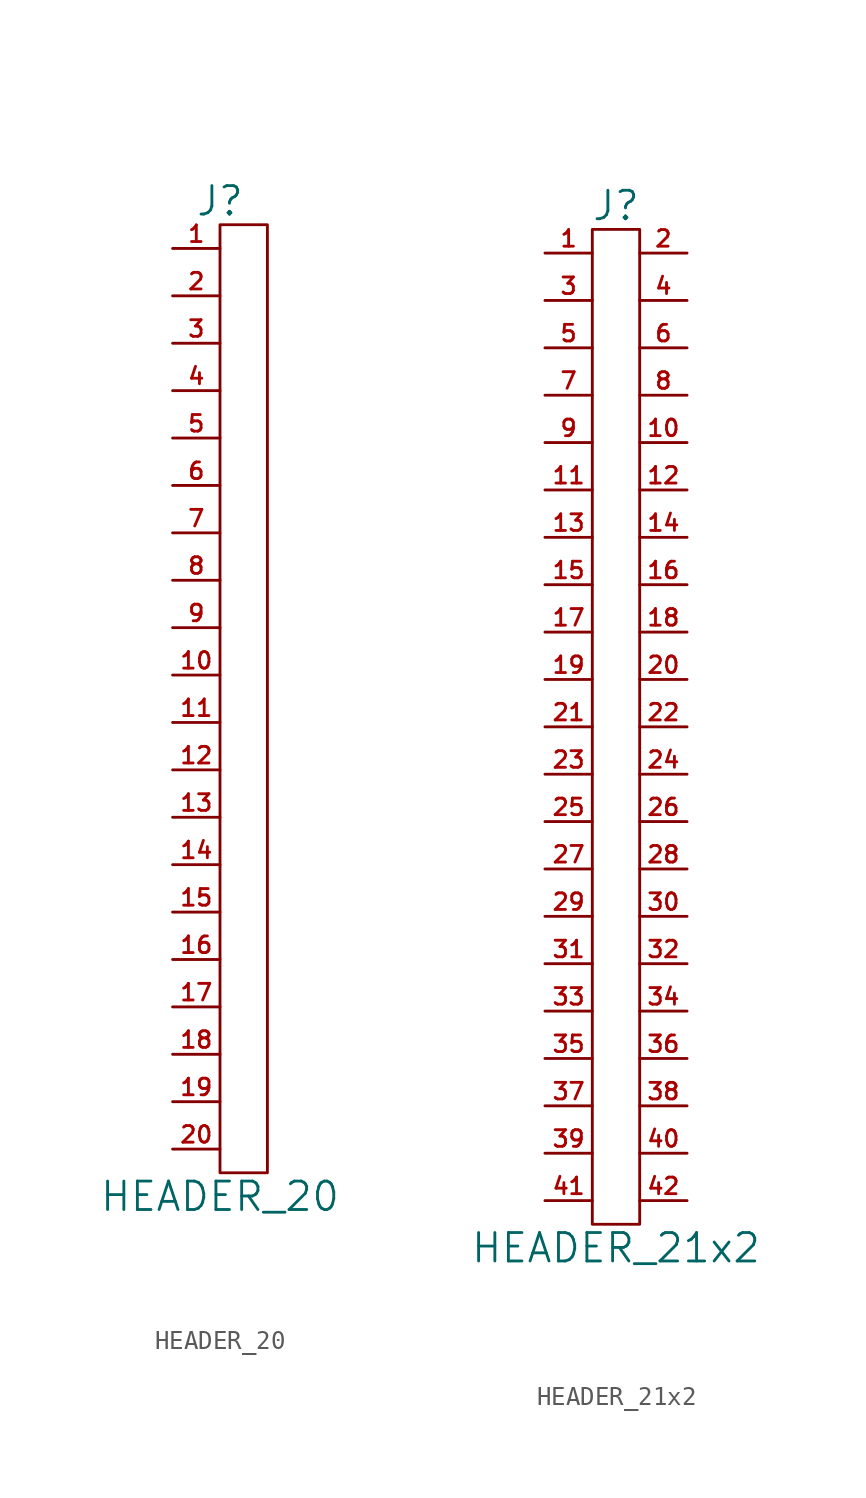
<source format=kicad_sym>
(kicad_symbol_lib
  (version 20211014)
  (generator kicad_symbol_editor)
  (symbol "HEADER_20"
    (pin_names
      (offset 0))
    (property "Reference" "J"
      (at 0 26.67 0)
      (effects (font (size 1.524 1.524))))
    (property "Value" "HEADER_20"
      (at 0 -26.67 0)
      (effects (font (size 1.524 1.524))))
    (property "Footprint" ""
      (at 0 0 0)
      (effects (font (size 1.524 1.524))))
    (property "Datasheet" ""
      (at 0 0 0)
      (effects (font (size 1.524 1.524))))
    (symbol "HEADER_20_0_1"
      (rectangle (start 2.54 25.4) (end 0 -25.4) (stroke (width 0) (type default) (color 0 0 0 0)) (fill (type none))))
    (symbol "HEADER_20_1_1"
      (pin passive line (at -2.54 24.13 0) (length 2.54) (name "~" (effects (font (size 1.27 1.27)))) (number "1" (effects (font (size 0.889 0.889)))))
      (pin passive line (at -2.54 1.27 0) (length 2.54) (name "~" (effects (font (size 1.27 1.27)))) (number "10" (effects (font (size 0.889 0.889)))))
      (pin passive line (at -2.54 -1.27 0) (length 2.54) (name "~" (effects (font (size 0.889 0.889)))) (number "11" (effects (font (size 0.889 0.889)))))
      (pin passive line (at -2.54 -3.81 0) (length 2.54) (name "~" (effects (font (size 1.27 1.27)))) (number "12" (effects (font (size 0.889 0.889)))))
      (pin passive line (at -2.54 -6.35 0) (length 2.54) (name "~" (effects (font (size 1.27 1.27)))) (number "13" (effects (font (size 0.889 0.889)))))
      (pin passive line (at -2.54 -8.89 0) (length 2.54) (name "~" (effects (font (size 1.27 1.27)))) (number "14" (effects (font (size 0.889 0.889)))))
      (pin passive line (at -2.54 -11.43 0) (length 2.54) (name "~" (effects (font (size 1.27 1.27)))) (number "15" (effects (font (size 0.889 0.889)))))
      (pin passive line (at -2.54 -13.97 0) (length 2.54) (name "~" (effects (font (size 1.27 1.27)))) (number "16" (effects (font (size 0.889 0.889)))))
      (pin passive line (at -2.54 -16.51 0) (length 2.54) (name "~" (effects (font (size 1.27 1.27)))) (number "17" (effects (font (size 0.889 0.889)))))
      (pin passive line (at -2.54 -19.05 0) (length 2.54) (name "~" (effects (font (size 1.27 1.27)))) (number "18" (effects (font (size 0.889 0.889)))))
      (pin passive line (at -2.54 -21.59 0) (length 2.54) (name "~" (effects (font (size 1.27 1.27)))) (number "19" (effects (font (size 0.889 0.889)))))
      (pin passive line (at -2.54 21.59 0) (length 2.54) (name "~" (effects (font (size 1.27 1.27)))) (number "2" (effects (font (size 0.889 0.889)))))
      (pin passive line (at -2.54 -24.13 0) (length 2.54) (name "~" (effects (font (size 1.27 1.27)))) (number "20" (effects (font (size 0.889 0.889)))))
      (pin passive line (at -2.54 19.05 0) (length 2.54) (name "~" (effects (font (size 1.27 1.27)))) (number "3" (effects (font (size 0.889 0.889)))))
      (pin passive line (at -2.54 16.51 0) (length 2.54) (name "~" (effects (font (size 1.27 1.27)))) (number "4" (effects (font (size 0.889 0.889)))))
      (pin passive line (at -2.54 13.97 0) (length 2.54) (name "~" (effects (font (size 1.27 1.27)))) (number "5" (effects (font (size 0.889 0.889)))))
      (pin passive line (at -2.54 11.43 0) (length 2.54) (name "~" (effects (font (size 1.27 1.27)))) (number "6" (effects (font (size 0.889 0.889)))))
      (pin passive line (at -2.54 8.89 0) (length 2.54) (name "~" (effects (font (size 1.27 1.27)))) (number "7" (effects (font (size 0.889 0.889)))))
      (pin passive line (at -2.54 6.35 0) (length 2.54) (name "~" (effects (font (size 1.27 1.27)))) (number "8" (effects (font (size 0.889 0.889)))))
      (pin passive line (at -2.54 3.81 0) (length 2.54) (name "~" (effects (font (size 1.27 1.27)))) (number "9" (effects (font (size 0.889 0.889)))))))
  (symbol "HEADER_21x2"
    (pin_names
      (offset 0))
    (property "Reference" "J"
      (at 0 27.94 0)
      (effects (font (size 1.524 1.524))))
    (property "Value" "HEADER_21x2"
      (at 0 -27.94 0)
      (effects (font (size 1.524 1.524))))
    (property "Footprint" ""
      (at 0 -5.08 0)
      (effects (font (size 1.524 1.524))))
    (property "Datasheet" ""
      (at 0 -5.08 0)
      (effects (font (size 1.524 1.524))))
    (symbol "HEADER_21x2_0_1"
      (rectangle (start 1.27 -26.67) (end -1.27 26.67) (stroke (width 0) (type default) (color 0 0 0 0)) (fill (type none))))
    (symbol "HEADER_21x2_1_1"
      (pin passive line (at -3.81 25.4 0) (length 2.54) (name "~" (effects (font (size 0.889 0.889)))) (number "1" (effects (font (size 0.889 0.889)))))
      (pin passive line (at 3.81 15.24 180) (length 2.54) (name "~" (effects (font (size 1.27 1.27)))) (number "10" (effects (font (size 0.889 0.889)))))
      (pin passive line (at -3.81 12.7 0) (length 2.54) (name "~" (effects (font (size 1.27 1.27)))) (number "11" (effects (font (size 0.889 0.889)))))
      (pin passive line (at 3.81 12.7 180) (length 2.54) (name "~" (effects (font (size 1.27 1.27)))) (number "12" (effects (font (size 0.889 0.889)))))
      (pin passive line (at -3.81 10.16 0) (length 2.54) (name "~" (effects (font (size 1.27 1.27)))) (number "13" (effects (font (size 0.889 0.889)))))
      (pin passive line (at 3.81 10.16 180) (length 2.54) (name "~" (effects (font (size 1.27 1.27)))) (number "14" (effects (font (size 0.889 0.889)))))
      (pin passive line (at -3.81 7.62 0) (length 2.54) (name "~" (effects (font (size 1.27 1.27)))) (number "15" (effects (font (size 0.889 0.889)))))
      (pin passive line (at 3.81 7.62 180) (length 2.54) (name "~" (effects (font (size 1.27 1.27)))) (number "16" (effects (font (size 0.889 0.889)))))
      (pin passive line (at -3.81 5.08 0) (length 2.54) (name "~" (effects (font (size 1.27 1.27)))) (number "17" (effects (font (size 0.889 0.889)))))
      (pin passive line (at 3.81 5.08 180) (length 2.54) (name "~" (effects (font (size 1.27 1.27)))) (number "18" (effects (font (size 0.889 0.889)))))
      (pin passive line (at -3.81 2.54 0) (length 2.54) (name "~" (effects (font (size 1.27 1.27)))) (number "19" (effects (font (size 0.889 0.889)))))
      (pin passive line (at 3.81 25.4 180) (length 2.54) (name "~" (effects (font (size 1.27 1.27)))) (number "2" (effects (font (size 0.889 0.889)))))
      (pin passive line (at 3.81 2.54 180) (length 2.54) (name "~" (effects (font (size 1.27 1.27)))) (number "20" (effects (font (size 0.889 0.889)))))
      (pin passive line (at -3.81 0 0) (length 2.54) (name "~" (effects (font (size 1.27 1.27)))) (number "21" (effects (font (size 0.889 0.889)))))
      (pin passive line (at 3.81 0 180) (length 2.54) (name "~" (effects (font (size 1.27 1.27)))) (number "22" (effects (font (size 0.889 0.889)))))
      (pin passive line (at -3.81 -2.54 0) (length 2.54) (name "~" (effects (font (size 1.27 1.27)))) (number "23" (effects (font (size 0.889 0.889)))))
      (pin passive line (at 3.81 -2.54 180) (length 2.54) (name "~" (effects (font (size 1.27 1.27)))) (number "24" (effects (font (size 0.889 0.889)))))
      (pin passive line (at -3.81 -5.08 0) (length 2.54) (name "~" (effects (font (size 1.27 1.27)))) (number "25" (effects (font (size 0.889 0.889)))))
      (pin passive line (at 3.81 -5.08 180) (length 2.54) (name "~" (effects (font (size 1.27 1.27)))) (number "26" (effects (font (size 0.889 0.889)))))
      (pin passive line (at -3.81 -7.62 0) (length 2.54) (name "~" (effects (font (size 1.27 1.27)))) (number "27" (effects (font (size 0.889 0.889)))))
      (pin passive line (at 3.81 -7.62 180) (length 2.54) (name "~" (effects (font (size 1.27 1.27)))) (number "28" (effects (font (size 0.889 0.889)))))
      (pin passive line (at -3.81 -10.16 0) (length 2.54) (name "~" (effects (font (size 1.27 1.27)))) (number "29" (effects (font (size 0.889 0.889)))))
      (pin passive line (at -3.81 22.86 0) (length 2.54) (name "~" (effects (font (size 1.27 1.27)))) (number "3" (effects (font (size 0.889 0.889)))))
      (pin passive line (at 3.81 -10.16 180) (length 2.54) (name "~" (effects (font (size 1.27 1.27)))) (number "30" (effects (font (size 0.889 0.889)))))
      (pin passive line (at -3.81 -12.7 0) (length 2.54) (name "~" (effects (font (size 1.27 1.27)))) (number "31" (effects (font (size 0.889 0.889)))))
      (pin passive line (at 3.81 -12.7 180) (length 2.54) (name "~" (effects (font (size 1.27 1.27)))) (number "32" (effects (font (size 0.889 0.889)))))
      (pin passive line (at -3.81 -15.24 0) (length 2.54) (name "~" (effects (font (size 1.27 1.27)))) (number "33" (effects (font (size 0.889 0.889)))))
      (pin passive line (at 3.81 -15.24 180) (length 2.54) (name "~" (effects (font (size 1.27 1.27)))) (number "34" (effects (font (size 0.889 0.889)))))
      (pin passive line (at -3.81 -17.78 0) (length 2.54) (name "~" (effects (font (size 1.27 1.27)))) (number "35" (effects (font (size 0.889 0.889)))))
      (pin passive line (at 3.81 -17.78 180) (length 2.54) (name "~" (effects (font (size 1.27 1.27)))) (number "36" (effects (font (size 0.889 0.889)))))
      (pin passive line (at -3.81 -20.32 0) (length 2.54) (name "~" (effects (font (size 1.27 1.27)))) (number "37" (effects (font (size 0.889 0.889)))))
      (pin passive line (at 3.81 -20.32 180) (length 2.54) (name "~" (effects (font (size 1.27 1.27)))) (number "38" (effects (font (size 0.889 0.889)))))
      (pin passive line (at -3.81 -22.86 0) (length 2.54) (name "~" (effects (font (size 1.27 1.27)))) (number "39" (effects (font (size 0.889 0.889)))))
      (pin passive line (at 3.81 22.86 180) (length 2.54) (name "~" (effects (font (size 1.27 1.27)))) (number "4" (effects (font (size 0.889 0.889)))))
      (pin passive line (at 3.81 -22.86 180) (length 2.54) (name "~" (effects (font (size 1.27 1.27)))) (number "40" (effects (font (size 0.889 0.889)))))
      (pin passive line (at -3.81 -25.4 0) (length 2.54) (name "~" (effects (font (size 1.27 1.27)))) (number "41" (effects (font (size 0.889 0.889)))))
      (pin passive line (at 3.81 -25.4 180) (length 2.54) (name "~" (effects (font (size 1.27 1.27)))) (number "42" (effects (font (size 0.889 0.889)))))
      (pin passive line (at -3.81 20.32 0) (length 2.54) (name "~" (effects (font (size 1.27 1.27)))) (number "5" (effects (font (size 0.889 0.889)))))
      (pin passive line (at 3.81 20.32 180) (length 2.54) (name "~" (effects (font (size 1.27 1.27)))) (number "6" (effects (font (size 0.889 0.889)))))
      (pin passive line (at -3.81 17.78 0) (length 2.54) (name "~" (effects (font (size 1.27 1.27)))) (number "7" (effects (font (size 0.889 0.889)))))
      (pin passive line (at 3.81 17.78 180) (length 2.54) (name "~" (effects (font (size 1.27 1.27)))) (number "8" (effects (font (size 0.889 0.889)))))
      (pin passive line (at -3.81 15.24 0) (length 2.54) (name "~" (effects (font (size 1.27 1.27)))) (number "9" (effects (font (size 0.889 0.889))))))))
</source>
